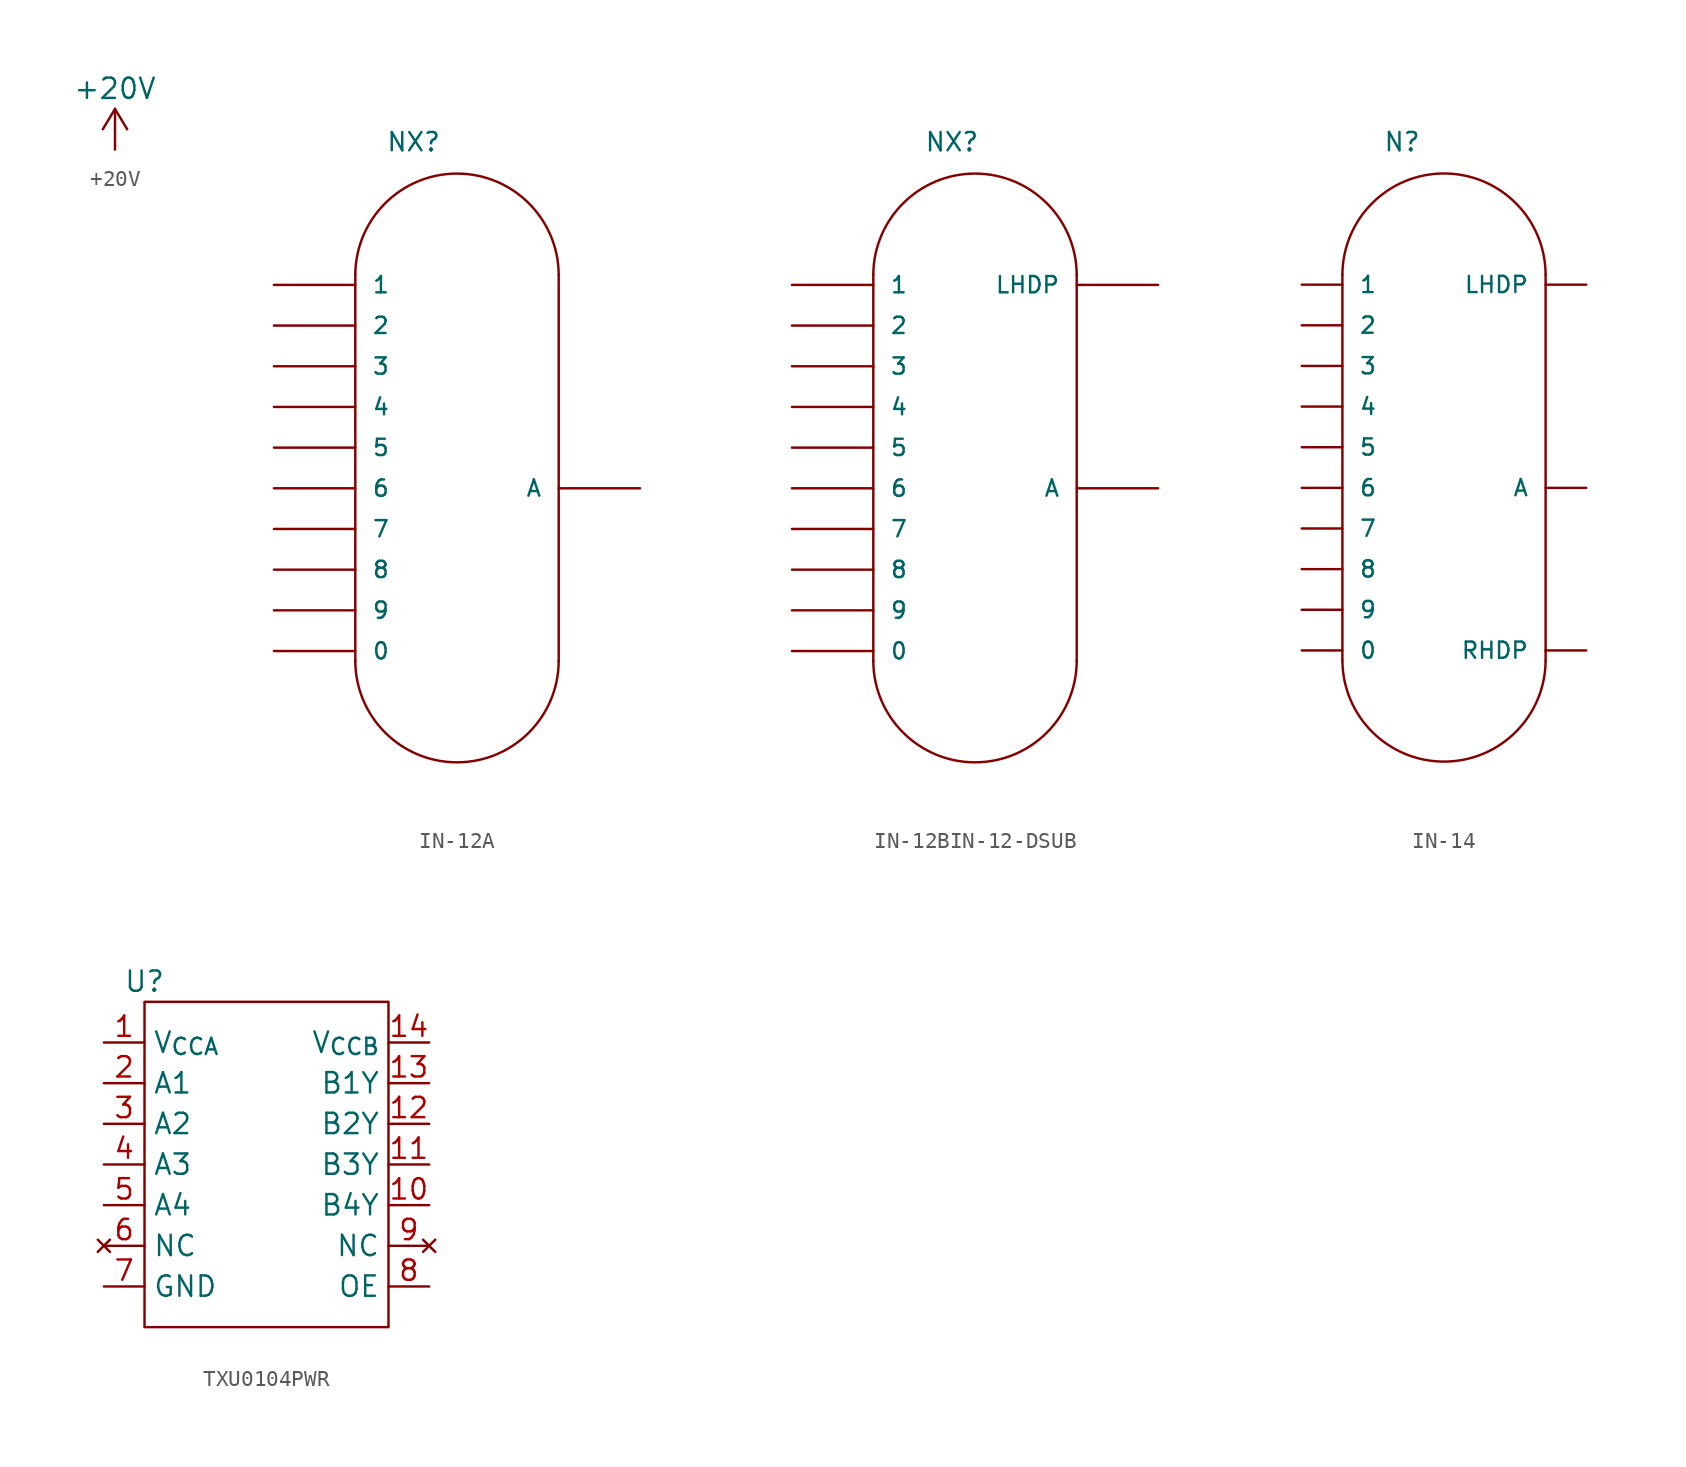
<source format=kicad_sym>
(kicad_symbol_lib
  (version 20220914)
  (generator kicad_symbol_editor)
  (symbol "+20V"
    (power)
    (pin_names
      (offset 0))
    (property "Reference" "#PWR"
      (at 0 -2.54 0)
      (effects (font (size 1.27 1.27)) hide))
    (property "Value" "+20V"
      (at 0 3.81 0)
      (effects (font (size 1.27 1.27))))
    (symbol "+20V_0_1"
      (polyline (pts (xy -0.762 1.27) (xy 0 2.54)) (stroke (width 0) (type default)) (fill (type none)))
      (polyline (pts (xy 0 0) (xy 0 2.54)) (stroke (width 0) (type default)) (fill (type none)))
      (polyline (pts (xy 0 2.54) (xy 0.762 1.27)) (stroke (width 0) (type default)) (fill (type none))))
    (symbol "+20V_1_1"
      (pin power_in line (at 0 0 90) (length 0) hide (name "+20V" (effects (font (size 1.27 1.27)))) (number "1" (effects (font (size 1.27 1.27)))))))
  (symbol "IN-12A"
    (pin_numbers hide)
    (pin_names
      (offset 1.016))
    (property "Reference" "NX"
      (at -5.715 20.955 0)
      (effects (font (size 1.143 1.143)) (justify left bottom)))
    (symbol "IN-12A_1_0"
      (polyline (pts (xy -7.62 -10.795) (xy -7.62 13.335)) (stroke (width 0) (type solid)) (fill (type none)))
      (polyline (pts (xy 5.08 -10.795) (xy 5.08 13.335)) (stroke (width 0) (type solid)) (fill (type none))))
    (symbol "IN-12A_1_1"
      (arc (start -7.62 -10.795) (mid -1.27 -17.1174) (end 5.08 -10.795) (stroke (width 0) (type solid)) (fill (type none)))
      (arc (start 5.08 13.335) (mid -1.27 19.6574) (end -7.62 13.335) (stroke (width 0) (type solid)) (fill (type none)))
      (pin bidirectional line (at -12.7 -10.16 0) (length 5.08) (name "0" (effects (font (size 1.016 1.016)))) (number "0" (effects (font (size 1.016 1.016)))))
      (pin bidirectional line (at -12.7 12.7 0) (length 5.08) (name "1" (effects (font (size 1.016 1.016)))) (number "1" (effects (font (size 1.016 1.016)))))
      (pin bidirectional line (at -12.7 10.16 0) (length 5.08) (name "2" (effects (font (size 1.016 1.016)))) (number "2" (effects (font (size 1.016 1.016)))))
      (pin bidirectional line (at -12.7 7.62 0) (length 5.08) (name "3" (effects (font (size 1.016 1.016)))) (number "3" (effects (font (size 1.016 1.016)))))
      (pin bidirectional line (at -12.7 5.08 0) (length 5.08) (name "4" (effects (font (size 1.016 1.016)))) (number "4" (effects (font (size 1.016 1.016)))))
      (pin bidirectional line (at -12.7 2.54 0) (length 5.08) (name "5" (effects (font (size 1.016 1.016)))) (number "5" (effects (font (size 1.016 1.016)))))
      (pin bidirectional line (at -12.7 0 0) (length 5.08) (name "6" (effects (font (size 1.016 1.016)))) (number "6" (effects (font (size 1.016 1.016)))))
      (pin bidirectional line (at -12.7 -2.54 0) (length 5.08) (name "7" (effects (font (size 1.016 1.016)))) (number "7" (effects (font (size 1.016 1.016)))))
      (pin bidirectional line (at -12.7 -5.08 0) (length 5.08) (name "8" (effects (font (size 1.016 1.016)))) (number "8" (effects (font (size 1.016 1.016)))))
      (pin bidirectional line (at -12.7 -7.62 0) (length 5.08) (name "9" (effects (font (size 1.016 1.016)))) (number "9" (effects (font (size 1.016 1.016)))))
      (pin bidirectional line (at 10.16 0 180) (length 5.08) (name "A" (effects (font (size 1.016 1.016)))) (number "A" (effects (font (size 1.016 1.016)))))))
  (symbol "IN-12BIN-12-DSUB"
    (pin_numbers hide)
    (pin_names
      (offset 1.016))
    (property "Reference" "NX"
      (at -4.445 20.955 0)
      (effects (font (size 1.143 1.143)) (justify left bottom)))
    (symbol "IN-12BIN-12-DSUB_1_0"
      (polyline (pts (xy -7.62 -10.795) (xy -7.62 13.335)) (stroke (width 0) (type solid)) (fill (type none)))
      (polyline (pts (xy 5.08 -10.795) (xy 5.08 13.335)) (stroke (width 0) (type solid)) (fill (type none))))
    (symbol "IN-12BIN-12-DSUB_1_1"
      (arc (start -7.62 -10.795) (mid -1.27 -17.1174) (end 5.08 -10.795) (stroke (width 0) (type solid)) (fill (type none)))
      (arc (start 5.08 13.335) (mid -1.27 19.6574) (end -7.62 13.335) (stroke (width 0) (type solid)) (fill (type none)))
      (pin bidirectional line (at -12.7 -10.16 0) (length 5.08) (name "0" (effects (font (size 1.016 1.016)))) (number "0" (effects (font (size 1.016 1.016)))))
      (pin bidirectional line (at -12.7 12.7 0) (length 5.08) (name "1" (effects (font (size 1.016 1.016)))) (number "1" (effects (font (size 1.016 1.016)))))
      (pin bidirectional line (at -12.7 10.16 0) (length 5.08) (name "2" (effects (font (size 1.016 1.016)))) (number "2" (effects (font (size 1.016 1.016)))))
      (pin bidirectional line (at -12.7 7.62 0) (length 5.08) (name "3" (effects (font (size 1.016 1.016)))) (number "3" (effects (font (size 1.016 1.016)))))
      (pin bidirectional line (at -12.7 5.08 0) (length 5.08) (name "4" (effects (font (size 1.016 1.016)))) (number "4" (effects (font (size 1.016 1.016)))))
      (pin bidirectional line (at -12.7 2.54 0) (length 5.08) (name "5" (effects (font (size 1.016 1.016)))) (number "5" (effects (font (size 1.016 1.016)))))
      (pin bidirectional line (at -12.7 0 0) (length 5.08) (name "6" (effects (font (size 1.016 1.016)))) (number "6" (effects (font (size 1.016 1.016)))))
      (pin bidirectional line (at -12.7 -2.54 0) (length 5.08) (name "7" (effects (font (size 1.016 1.016)))) (number "7" (effects (font (size 1.016 1.016)))))
      (pin bidirectional line (at -12.7 -5.08 0) (length 5.08) (name "8" (effects (font (size 1.016 1.016)))) (number "8" (effects (font (size 1.016 1.016)))))
      (pin bidirectional line (at -12.7 -7.62 0) (length 5.08) (name "9" (effects (font (size 1.016 1.016)))) (number "9" (effects (font (size 1.016 1.016)))))
      (pin bidirectional line (at 10.16 0 180) (length 5.08) (name "A" (effects (font (size 1.016 1.016)))) (number "A" (effects (font (size 1.016 1.016)))))
      (pin bidirectional line (at 10.16 12.7 180) (length 5.08) (name "LHDP" (effects (font (size 1.016 1.016)))) (number "LHDP" (effects (font (size 1.016 1.016)))))))
  (symbol "IN-14"
    (pin_numbers hide)
    (pin_names
      (offset 1.016))
    (property "Reference" "N"
      (at -2.54 18.415 0)
      (effects (font (size 1.143 1.143)) (justify left bottom)))
    (symbol "IN-14_1_0"
      (polyline (pts (xy -5.08 -13.335) (xy -5.08 10.795)) (stroke (width 0) (type solid)) (fill (type none)))
      (polyline (pts (xy 7.62 -13.335) (xy 7.62 10.795)) (stroke (width 0) (type solid)) (fill (type none))))
    (symbol "IN-14_1_1"
      (arc (start -5.08 -13.335) (mid 1.27 -19.6574) (end 7.62 -13.335) (stroke (width 0) (type solid)) (fill (type none)))
      (arc (start 7.62 10.795) (mid 1.27 17.1174) (end -5.08 10.795) (stroke (width 0) (type solid)) (fill (type none)))
      (pin bidirectional line (at -7.62 -12.7 0) (length 2.54) (name "0" (effects (font (size 1.016 1.016)))) (number "0" (effects (font (size 1.016 1.016)))))
      (pin bidirectional line (at -7.62 10.16 0) (length 2.54) (name "1" (effects (font (size 1.016 1.016)))) (number "1" (effects (font (size 1.016 1.016)))))
      (pin bidirectional line (at -7.62 7.62 0) (length 2.54) (name "2" (effects (font (size 1.016 1.016)))) (number "2" (effects (font (size 1.016 1.016)))))
      (pin bidirectional line (at -7.62 5.08 0) (length 2.54) (name "3" (effects (font (size 1.016 1.016)))) (number "3" (effects (font (size 1.016 1.016)))))
      (pin bidirectional line (at -7.62 2.54 0) (length 2.54) (name "4" (effects (font (size 1.016 1.016)))) (number "4" (effects (font (size 1.016 1.016)))))
      (pin bidirectional line (at -7.62 0 0) (length 2.54) (name "5" (effects (font (size 1.016 1.016)))) (number "5" (effects (font (size 1.016 1.016)))))
      (pin bidirectional line (at -7.62 -2.54 0) (length 2.54) (name "6" (effects (font (size 1.016 1.016)))) (number "6" (effects (font (size 1.016 1.016)))))
      (pin bidirectional line (at -7.62 -5.08 0) (length 2.54) (name "7" (effects (font (size 1.016 1.016)))) (number "7" (effects (font (size 1.016 1.016)))))
      (pin bidirectional line (at -7.62 -7.62 0) (length 2.54) (name "8" (effects (font (size 1.016 1.016)))) (number "8" (effects (font (size 1.016 1.016)))))
      (pin bidirectional line (at -7.62 -10.16 0) (length 2.54) (name "9" (effects (font (size 1.016 1.016)))) (number "9" (effects (font (size 1.016 1.016)))))
      (pin bidirectional line (at 10.16 -2.54 180) (length 2.54) (name "A" (effects (font (size 1.016 1.016)))) (number "A" (effects (font (size 1.016 1.016)))))
      (pin bidirectional line (at 10.16 10.16 180) (length 2.54) (name "LHDP" (effects (font (size 1.016 1.016)))) (number "LHDP" (effects (font (size 1.016 1.016)))))
      (pin bidirectional line (at 10.16 -12.7 180) (length 2.54) (name "RHDP" (effects (font (size 1.016 1.016)))) (number "RHDP" (effects (font (size 1.016 1.016)))))))
  (symbol "TXU0104PWR"
    (property "Reference" "U"
      (at -7.62 11.43 0)
      (effects (font (size 1.27 1.27))))
    (property "Value" ""
      (at 0 -1.27 0)
      (effects (font (size 1.27 1.27))))
    (symbol "TXU0104PWR_0_1"
      (rectangle (start -7.62 10.16) (end 7.62 -10.16) (stroke (width 0) (type default)) (fill (type none))))
    (symbol "TXU0104PWR_1_1"
      (pin power_in line (at -10.16 7.62 0) (length 2.54) (name "V_{CCA}" (effects (font (size 1.27 1.27)))) (number "1" (effects (font (size 1.27 1.27)))))
      (pin output line (at 10.16 -2.54 180) (length 2.54) (name "B4Y" (effects (font (size 1.27 1.27)))) (number "10" (effects (font (size 1.27 1.27)))))
      (pin output line (at 10.16 0 180) (length 2.54) (name "B3Y" (effects (font (size 1.27 1.27)))) (number "11" (effects (font (size 1.27 1.27)))))
      (pin output line (at 10.16 2.54 180) (length 2.54) (name "B2Y" (effects (font (size 1.27 1.27)))) (number "12" (effects (font (size 1.27 1.27)))))
      (pin output line (at 10.16 5.08 180) (length 2.54) (name "B1Y" (effects (font (size 1.27 1.27)))) (number "13" (effects (font (size 1.27 1.27)))))
      (pin power_in line (at 10.16 7.62 180) (length 2.54) (name "V_{CCB}" (effects (font (size 1.27 1.27)))) (number "14" (effects (font (size 1.27 1.27)))))
      (pin input line (at -10.16 5.08 0) (length 2.54) (name "A1" (effects (font (size 1.27 1.27)))) (number "2" (effects (font (size 1.27 1.27)))))
      (pin input line (at -10.16 2.54 0) (length 2.54) (name "A2" (effects (font (size 1.27 1.27)))) (number "3" (effects (font (size 1.27 1.27)))))
      (pin input line (at -10.16 0 0) (length 2.54) (name "A3" (effects (font (size 1.27 1.27)))) (number "4" (effects (font (size 1.27 1.27)))))
      (pin input line (at -10.16 -2.54 0) (length 2.54) (name "A4" (effects (font (size 1.27 1.27)))) (number "5" (effects (font (size 1.27 1.27)))))
      (pin no_connect line (at -10.16 -5.08 0) (length 2.54) (name "NC" (effects (font (size 1.27 1.27)))) (number "6" (effects (font (size 1.27 1.27)))))
      (pin power_in line (at -10.16 -7.62 0) (length 2.54) (name "GND" (effects (font (size 1.27 1.27)))) (number "7" (effects (font (size 1.27 1.27)))))
      (pin input line (at 10.16 -7.62 180) (length 2.54) (name "OE" (effects (font (size 1.27 1.27)))) (number "8" (effects (font (size 1.27 1.27)))))
      (pin no_connect line (at 10.16 -5.08 180) (length 2.54) (name "NC" (effects (font (size 1.27 1.27)))) (number "9" (effects (font (size 1.27 1.27))))))))
</source>
